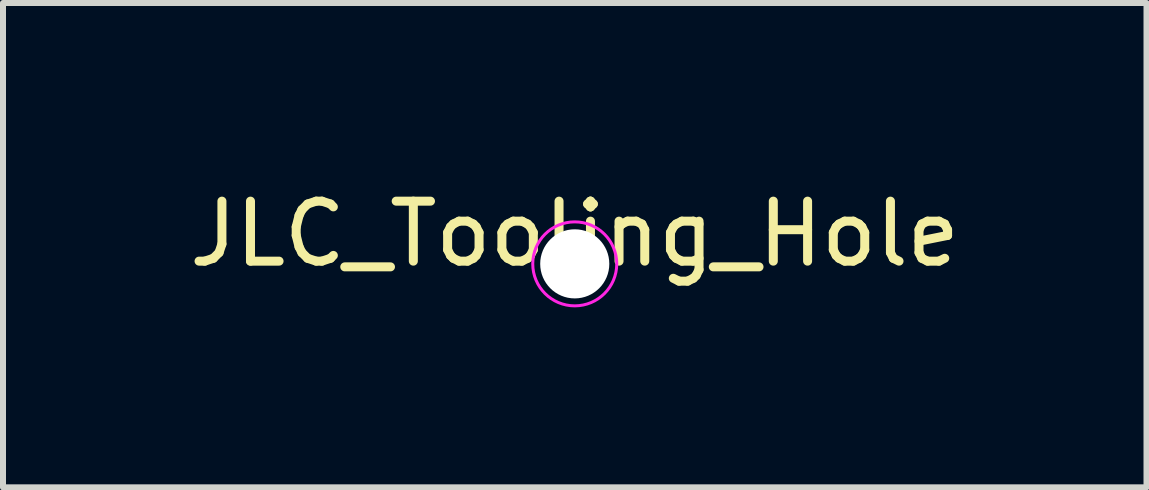
<source format=kicad_pcb>
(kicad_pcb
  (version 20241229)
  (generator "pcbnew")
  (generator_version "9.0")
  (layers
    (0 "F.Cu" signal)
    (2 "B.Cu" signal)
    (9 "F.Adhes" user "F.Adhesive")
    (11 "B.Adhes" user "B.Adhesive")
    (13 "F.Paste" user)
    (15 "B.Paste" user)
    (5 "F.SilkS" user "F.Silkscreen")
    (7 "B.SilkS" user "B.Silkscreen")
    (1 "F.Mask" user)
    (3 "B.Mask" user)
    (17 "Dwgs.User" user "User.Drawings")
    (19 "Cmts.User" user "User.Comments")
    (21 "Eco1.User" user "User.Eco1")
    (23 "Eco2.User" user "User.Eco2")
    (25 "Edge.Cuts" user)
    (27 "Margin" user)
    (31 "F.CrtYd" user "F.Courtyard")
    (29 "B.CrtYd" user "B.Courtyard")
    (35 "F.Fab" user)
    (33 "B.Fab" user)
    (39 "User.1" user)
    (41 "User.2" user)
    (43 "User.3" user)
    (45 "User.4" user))
  (footprint "JLC_Tooling_Hole"
    (layer "F.Cu")
    (at 6.53 1.348)
    (property "Reference" "JLC_Tooling_Hole" (at 0 -0.5 0) (unlocked yes) (layer "F.SilkS") (effects (font (size 1 1) (thickness 0.15))))
    (fp_circle (center 0 0) (end 0.65 0) (stroke (width 0) (type solid)) (fill yes) (layer "F.Mask"))
    (fp_circle (center 0 0) (end 0.65 0) (stroke (width 0) (type solid)) (fill yes) (layer "B.Mask"))
    (fp_circle (center 0 0) (end 0.7 0) (stroke (width 0.05) (type solid)) (fill no) (layer "F.CrtYd"))
    (pad "" np_thru_hole circle (at 0 0) (size 1.152 1.152) (drill 1.152) (layers "*.Cu" "*.Mask")))
  (gr_rect
    (start -3 -3)
    (end 16.06 5.073)
    (stroke (width 0.1) (type default))
    (fill no)
    (layer "Edge.Cuts")))
</source>
